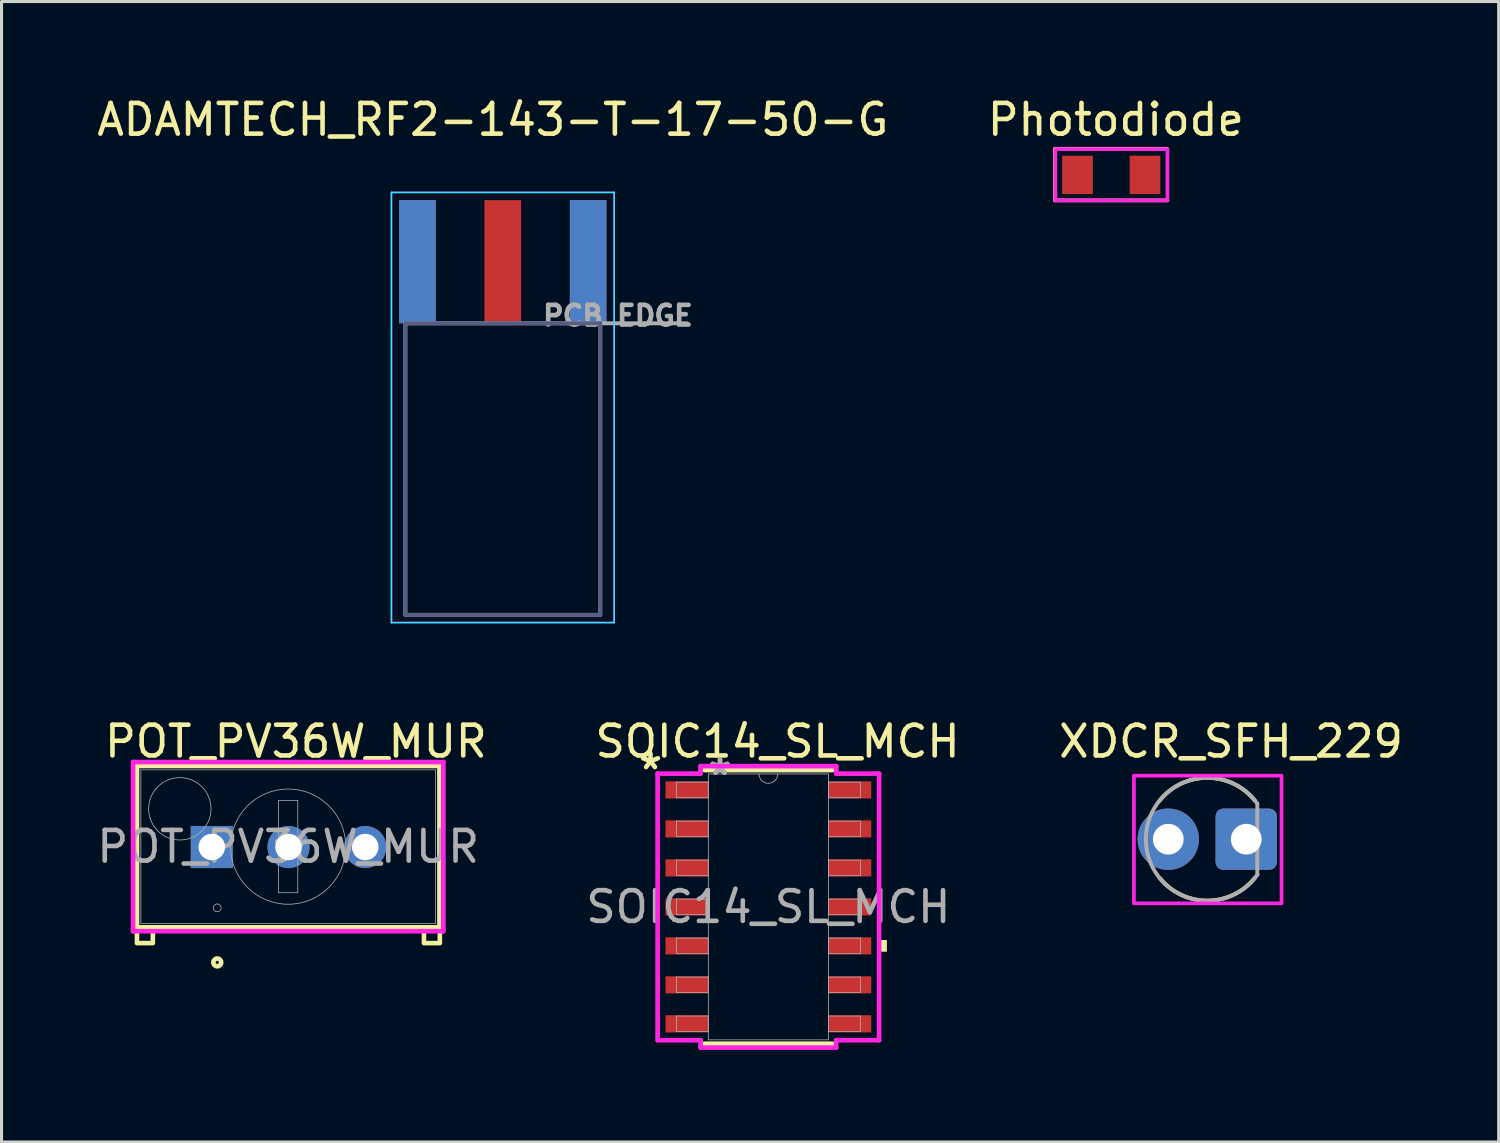
<source format=kicad_pcb>
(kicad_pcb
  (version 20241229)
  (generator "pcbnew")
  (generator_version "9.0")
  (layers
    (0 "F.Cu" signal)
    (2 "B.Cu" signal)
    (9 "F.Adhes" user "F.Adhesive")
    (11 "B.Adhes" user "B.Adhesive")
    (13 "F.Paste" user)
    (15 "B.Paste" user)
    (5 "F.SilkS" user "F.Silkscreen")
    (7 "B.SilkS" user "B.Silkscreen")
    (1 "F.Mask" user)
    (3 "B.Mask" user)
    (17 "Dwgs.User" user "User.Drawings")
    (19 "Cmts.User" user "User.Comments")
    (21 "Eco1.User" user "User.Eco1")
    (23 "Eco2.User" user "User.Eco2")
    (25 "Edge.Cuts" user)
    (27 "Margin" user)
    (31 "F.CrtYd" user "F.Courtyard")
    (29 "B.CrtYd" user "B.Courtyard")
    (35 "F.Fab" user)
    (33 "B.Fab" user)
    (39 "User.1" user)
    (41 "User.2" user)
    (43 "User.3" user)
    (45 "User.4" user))
  (footprint "POT_PV36W_MUR"
    (layer "F.Cu")
    (at 3.85 24.546)
    (property "Reference" "POT_PV36W_MUR" (at 2.74 -3.44 0) (unlocked yes) (layer "F.SilkS") (effects (font (size 1 1) (thickness 0.15))))
    (attr through_hole)
    (fp_line (start -2.438 -2.642) (end -2.438 2.616) (stroke (width 0.152) (type solid)) (layer "F.SilkS"))
    (fp_line (start -2.438 2.616) (end 7.417 2.616) (stroke (width 0.152) (type solid)) (layer "F.SilkS"))
    (fp_line (start 7.417 -2.642) (end -2.438 -2.642) (stroke (width 0.152) (type solid)) (layer "F.SilkS"))
    (fp_line (start 7.417 2.616) (end 7.417 -2.642) (stroke (width 0.152) (type solid)) (layer "F.SilkS"))
    (fp_rect (start -2.438 2.616) (end -1.92 3.13) (stroke (width 0.15) (type default)) (fill no) (layer "F.SilkS"))
    (fp_rect (start 6.912 2.616) (end 7.43 3.13) (stroke (width 0.15) (type default)) (fill no) (layer "F.SilkS"))
    (fp_circle (center 0.178 3.759) (end 0.305 3.759) (stroke (width 0.152) (type solid)) (fill no) (layer "F.SilkS"))
    (fp_line (start -2.565 -2.769) (end 7.544 -2.769) (stroke (width 0.152) (type solid)) (layer "F.CrtYd"))
    (fp_line (start -2.565 2.743) (end -2.565 -2.769) (stroke (width 0.152) (type solid)) (layer "F.CrtYd"))
    (fp_line (start 7.544 -2.769) (end 7.544 2.743) (stroke (width 0.152) (type solid)) (layer "F.CrtYd"))
    (fp_line (start 7.544 2.743) (end -2.565 2.743) (stroke (width 0.152) (type solid)) (layer "F.CrtYd"))
    (fp_line (start -2.311 -2.515) (end -2.311 2.489) (stroke (width 0.025) (type solid)) (layer "F.Fab"))
    (fp_line (start -2.311 2.489) (end 7.29 2.489) (stroke (width 0.025) (type solid)) (layer "F.Fab"))
    (fp_line (start 2.176 -1.514) (end 2.176 1.488) (stroke (width 0.025) (type solid)) (layer "F.Fab"))
    (fp_line (start 2.176 -1.514) (end 2.802 -1.514) (stroke (width 0.025) (type solid)) (layer "F.Fab"))
    (fp_line (start 2.176 1.488) (end 2.802 1.488) (stroke (width 0.025) (type solid)) (layer "F.Fab"))
    (fp_line (start 2.802 -1.514) (end 2.802 1.488) (stroke (width 0.025) (type solid)) (layer "F.Fab"))
    (fp_line (start 7.29 -2.515) (end -2.311 -2.515) (stroke (width 0.025) (type solid)) (layer "F.Fab"))
    (fp_line (start 7.29 2.489) (end 7.29 -2.515) (stroke (width 0.025) (type solid)) (layer "F.Fab"))
    (fp_circle (center -1.041 -1.245) (end -0.025 -1.245) (stroke (width 0.025) (type solid)) (fill no) (layer "F.Fab"))
    (fp_circle (center 0.178 1.981) (end 0.305 1.981) (stroke (width 0.025) (type solid)) (fill no) (layer "F.Fab"))
    (fp_circle (center 2.489 -0.013) (end 4.366 -0.013) (stroke (width 0.025) (type solid)) (fill no) (layer "F.Fab"))
    (fp_text user "${REFERENCE}" (at 2.489 -0.013 0) (unlocked yes) (layer "F.Fab") (effects (font (size 1 1) (thickness 0.15))))
    (pad "1" thru_hole rect (at 0 0) (size 1.372 1.372) (drill 0.864) (layers "*.Cu" "*.Mask"))
    (pad "2" thru_hole circle (at 2.5 0) (size 1.372 1.372) (drill 0.864) (layers "*.Cu" "*.Mask"))
    (pad "3" thru_hole circle (at 5 0) (size 1.372 1.372) (drill 0.864) (layers "*.Cu" "*.Mask")))
  (footprint "XDCR_SFH_229"
    (layer "F.Cu")
    (at 36.282 24.291)
    (property "Reference" "XDCR_SFH_229" (at 0.775 -3.185 0) (layer "F.SilkS") (effects (font (size 1 1) (thickness 0.15))))
    (attr through_hole)
    (fp_circle (center -1.27 0) (end -0.77 0) (stroke (width 1) (type solid)) (fill no) (layer "F.Mask"))
    (fp_circle (center -1.27 0) (end -0.77 0) (stroke (width 1) (type solid)) (fill no) (layer "B.Mask"))
    (fp_circle (center 1.27 0) (end 1.77 0) (stroke (width 1) (type solid)) (fill no) (layer "B.Mask"))
    (fp_arc (start -1.55 -1.259999) (mid 0 -2.003467) (end 1.55 -1.26) (stroke (width 0.127) (type solid)) (layer "F.SilkS"))
    (fp_arc (start 1.55 1.259999) (mid 0 2.003467) (end -1.55 1.26) (stroke (width 0.127) (type solid)) (layer "F.SilkS"))
    (fp_rect (start -2.39 -2.07) (end 2.42 2.09) (stroke (width 0.12) (type default)) (fill no) (layer "F.CrtYd"))
    (fp_line (start 1.63 -1.16) (end 1.63 1.16) (stroke (width 0.127) (type solid)) (layer "F.Fab"))
    (fp_arc (start 1.64 1.15) (mid -2.000516 0.010738) (end 1.63 -1.16) (stroke (width 0.127) (type solid)) (layer "F.Fab"))
    (pad "1" thru_hole circle (at -1.27 0) (size 2 2) (drill 1) (layers "*.Cu"))
    (pad "2" thru_hole roundrect (at 1.27 0 90) (size 2 2) (drill 1) (layers "*.Cu" "*.Mask") (roundrect_rratio 0.125)))
  (footprint "ADAMTECH_RF2-143-T-17-50-G"
    (layer "F.Cu")
    (at 13.331 7.483)
    (property "Reference" "ADAMTECH_RF2-143-T-17-50-G" (at -0.325 -6.635 0) (layer "F.SilkS") (effects (font (size 1 1) (thickness 0.15))))
    (attr smd)
    (fp_line (start -3.628 -4.263) (end -3.628 9.75) (stroke (width 0.05) (type solid)) (layer "B.CrtYd"))
    (fp_line (start -3.628 9.75) (end 3.628 9.75) (stroke (width 0.05) (type solid)) (layer "B.CrtYd"))
    (fp_line (start 3.628 -4.263) (end -3.628 -4.263) (stroke (width 0.05) (type solid)) (layer "B.CrtYd"))
    (fp_line (start 3.628 9.75) (end 3.628 -4.263) (stroke (width 0.05) (type solid)) (layer "B.CrtYd"))
    (fp_line (start -3.628 -4.263) (end 3.628 -4.263) (stroke (width 0.05) (type solid)) (layer "F.CrtYd"))
    (fp_line (start -3.628 9.75) (end -3.628 -4.263) (stroke (width 0.05) (type solid)) (layer "F.CrtYd"))
    (fp_line (start 3.628 -4.263) (end 3.628 9.75) (stroke (width 0.05) (type solid)) (layer "F.CrtYd"))
    (fp_line (start 3.628 9.75) (end -3.628 9.75) (stroke (width 0.05) (type solid)) (layer "F.CrtYd"))
    (fp_line (start -3.175 0) (end -3.175 9.5) (stroke (width 0.127) (type solid)) (layer "B.Fab"))
    (fp_line (start -3.175 9.5) (end 3.175 9.5) (stroke (width 0.127) (type solid)) (layer "B.Fab"))
    (fp_line (start 3.175 0) (end -3.175 0) (stroke (width 0.127) (type solid)) (layer "B.Fab"))
    (fp_line (start 3.175 0) (end 3.175 9.5) (stroke (width 0.127) (type solid)) (layer "B.Fab"))
    (fp_line (start -3.175 0) (end -3.175 9.5) (stroke (width 0.127) (type solid)) (layer "F.Fab"))
    (fp_line (start -3.175 0) (end 3.175 0) (stroke (width 0.127) (type solid)) (layer "F.Fab"))
    (fp_line (start -3.175 9.5) (end 3.175 9.5) (stroke (width 0.127) (type solid)) (layer "F.Fab"))
    (fp_line (start 3.175 0) (end 3.175 9.5) (stroke (width 0.127) (type solid)) (layer "F.Fab"))
    (fp_line (start 3.175 0) (end 6 0) (stroke (width 0.127) (type solid)) (layer "F.Fab"))
    (fp_text user "PCB EDGE" (at 3.75 -0.25 0) (layer "F.Fab") (effects (font (size 0.64 0.64) (thickness 0.15))))
    (pad "1" smd rect (at 0 -2.007) (size 1.194 4.013) (layers "F.Cu" "F.Mask" "F.Paste"))
    (pad "2" smd rect (at -2.781 -2.007) (size 1.194 4.013) (layers "F.Cu" "F.Mask" "F.Paste"))
    (pad "2" smd rect (at -2.781 -2.007) (size 1.194 4.013) (layers "B.Cu" "B.Mask" "B.Paste"))
    (pad "2" smd rect (at 2.781 -2.007) (size 1.194 4.013) (layers "F.Cu" "F.Mask" "F.Paste"))
    (pad "2" smd rect (at 2.781 -2.007) (size 1.194 4.013) (layers "B.Cu" "B.Mask" "B.Paste")))
  (footprint "Photodiode"
    (layer "F.Cu")
    (at 33.154 2.648)
    (property "Reference" "Photodiode" (at 0.15 -1.8 0) (unlocked yes) (layer "F.SilkS") (effects (font (size 1 1) (thickness 0.15))))
    (attr smd)
    (fp_line (start -1.83 -0.85) (end -1.83 0.83) (stroke (width 0.12) (type default)) (layer "F.SilkS"))
    (fp_line (start -1.83 0.83) (end 1.83 0.83) (stroke (width 0.12) (type default)) (layer "F.SilkS"))
    (fp_line (start 1.82 -0.85) (end -1.83 -0.85) (stroke (width 0.12) (type default)) (layer "F.SilkS"))
    (fp_rect (start -1.82 -0.84) (end 1.83 0.83) (stroke (width 0.12) (type default)) (fill no) (layer "F.CrtYd"))
    (pad "1" smd rect (at -1.1 0) (size 1 1.25) (layers "F.Cu" "F.Mask" "F.Paste"))
    (pad "2" smd rect (at 1.1 0) (size 1 1.25) (layers "F.Cu" "F.Mask" "F.Paste")))
  (footprint "SOIC14_SL_MCH"
    (layer "F.Cu")
    (at 21.983 26.496)
    (property "Reference" "SOIC14_SL_MCH" (at 0.3 -5.39 0) (unlocked yes) (layer "F.SilkS") (effects (font (size 1 1) (thickness 0.15))))
    (attr smd)
    (fp_line (start -2.083 4.458) (end 2.083 4.458) (stroke (width 0.152) (type solid)) (layer "F.SilkS"))
    (fp_line (start 2.083 -4.458) (end -2.083 -4.458) (stroke (width 0.152) (type solid)) (layer "F.SilkS"))
    (fp_poly (pts (xy 3.861 1.079) (xy 3.861 1.46) (xy 3.607 1.46) (xy 3.607 1.079)) (stroke (width 0) (type solid)) (fill yes) (layer "F.SilkS"))
    (fp_line (start -3.607 -4.343) (end -2.21 -4.343) (stroke (width 0.152) (type solid)) (layer "F.CrtYd"))
    (fp_line (start -3.607 4.343) (end -3.607 -4.343) (stroke (width 0.152) (type solid)) (layer "F.CrtYd"))
    (fp_line (start -3.607 4.343) (end -2.21 4.343) (stroke (width 0.152) (type solid)) (layer "F.CrtYd"))
    (fp_line (start -2.21 -4.585) (end 2.21 -4.585) (stroke (width 0.152) (type solid)) (layer "F.CrtYd"))
    (fp_line (start -2.21 -4.343) (end -2.21 -4.585) (stroke (width 0.152) (type solid)) (layer "F.CrtYd"))
    (fp_line (start -2.21 4.585) (end -2.21 4.343) (stroke (width 0.152) (type solid)) (layer "F.CrtYd"))
    (fp_line (start 2.21 -4.585) (end 2.21 -4.343) (stroke (width 0.152) (type solid)) (layer "F.CrtYd"))
    (fp_line (start 2.21 4.343) (end 2.21 4.585) (stroke (width 0.152) (type solid)) (layer "F.CrtYd"))
    (fp_line (start 2.21 4.585) (end -2.21 4.585) (stroke (width 0.152) (type solid)) (layer "F.CrtYd"))
    (fp_line (start 3.607 -4.343) (end 2.21 -4.343) (stroke (width 0.152) (type solid)) (layer "F.CrtYd"))
    (fp_line (start 3.607 -4.343) (end 3.607 4.343) (stroke (width 0.152) (type solid)) (layer "F.CrtYd"))
    (fp_line (start 3.607 4.343) (end 2.21 4.343) (stroke (width 0.152) (type solid)) (layer "F.CrtYd"))
    (fp_line (start -2.997 -4.064) (end -2.997 -3.556) (stroke (width 0.025) (type solid)) (layer "F.Fab"))
    (fp_line (start -2.997 -3.556) (end -1.956 -3.556) (stroke (width 0.025) (type solid)) (layer "F.Fab"))
    (fp_line (start -2.997 -2.794) (end -2.997 -2.286) (stroke (width 0.025) (type solid)) (layer "F.Fab"))
    (fp_line (start -2.997 -2.286) (end -1.956 -2.286) (stroke (width 0.025) (type solid)) (layer "F.Fab"))
    (fp_line (start -2.997 -1.524) (end -2.997 -1.016) (stroke (width 0.025) (type solid)) (layer "F.Fab"))
    (fp_line (start -2.997 -1.016) (end -1.956 -1.016) (stroke (width 0.025) (type solid)) (layer "F.Fab"))
    (fp_line (start -2.997 -0.254) (end -2.997 0.254) (stroke (width 0.025) (type solid)) (layer "F.Fab"))
    (fp_line (start -2.997 0.254) (end -1.956 0.254) (stroke (width 0.025) (type solid)) (layer "F.Fab"))
    (fp_line (start -2.997 1.016) (end -2.997 1.524) (stroke (width 0.025) (type solid)) (layer "F.Fab"))
    (fp_line (start -2.997 1.524) (end -1.956 1.524) (stroke (width 0.025) (type solid)) (layer "F.Fab"))
    (fp_line (start -2.997 2.286) (end -2.997 2.794) (stroke (width 0.025) (type solid)) (layer "F.Fab"))
    (fp_line (start -2.997 2.794) (end -1.956 2.794) (stroke (width 0.025) (type solid)) (layer "F.Fab"))
    (fp_line (start -2.997 3.556) (end -2.997 4.064) (stroke (width 0.025) (type solid)) (layer "F.Fab"))
    (fp_line (start -2.997 4.064) (end -1.956 4.064) (stroke (width 0.025) (type solid)) (layer "F.Fab"))
    (fp_line (start -1.956 -4.331) (end -1.956 4.331) (stroke (width 0.025) (type solid)) (layer "F.Fab"))
    (fp_line (start -1.956 -4.064) (end -2.997 -4.064) (stroke (width 0.025) (type solid)) (layer "F.Fab"))
    (fp_line (start -1.956 -3.556) (end -1.956 -4.064) (stroke (width 0.025) (type solid)) (layer "F.Fab"))
    (fp_line (start -1.956 -2.794) (end -2.997 -2.794) (stroke (width 0.025) (type solid)) (layer "F.Fab"))
    (fp_line (start -1.956 -2.286) (end -1.956 -2.794) (stroke (width 0.025) (type solid)) (layer "F.Fab"))
    (fp_line (start -1.956 -1.524) (end -2.997 -1.524) (stroke (width 0.025) (type solid)) (layer "F.Fab"))
    (fp_line (start -1.956 -1.016) (end -1.956 -1.524) (stroke (width 0.025) (type solid)) (layer "F.Fab"))
    (fp_line (start -1.956 -0.254) (end -2.997 -0.254) (stroke (width 0.025) (type solid)) (layer "F.Fab"))
    (fp_line (start -1.956 0.254) (end -1.956 -0.254) (stroke (width 0.025) (type solid)) (layer "F.Fab"))
    (fp_line (start -1.956 1.016) (end -2.997 1.016) (stroke (width 0.025) (type solid)) (layer "F.Fab"))
    (fp_line (start -1.956 1.524) (end -1.956 1.016) (stroke (width 0.025) (type solid)) (layer "F.Fab"))
    (fp_line (start -1.956 2.286) (end -2.997 2.286) (stroke (width 0.025) (type solid)) (layer "F.Fab"))
    (fp_line (start -1.956 2.794) (end -1.956 2.286) (stroke (width 0.025) (type solid)) (layer "F.Fab"))
    (fp_line (start -1.956 3.556) (end -2.997 3.556) (stroke (width 0.025) (type solid)) (layer "F.Fab"))
    (fp_line (start -1.956 4.064) (end -1.956 3.556) (stroke (width 0.025) (type solid)) (layer "F.Fab"))
    (fp_line (start -1.956 4.331) (end 1.956 4.331) (stroke (width 0.025) (type solid)) (layer "F.Fab"))
    (fp_line (start 1.956 -4.331) (end -1.956 -4.331) (stroke (width 0.025) (type solid)) (layer "F.Fab"))
    (fp_line (start 1.956 -4.064) (end 1.956 -3.556) (stroke (width 0.025) (type solid)) (layer "F.Fab"))
    (fp_line (start 1.956 -3.556) (end 2.997 -3.556) (stroke (width 0.025) (type solid)) (layer "F.Fab"))
    (fp_line (start 1.956 -2.794) (end 1.956 -2.286) (stroke (width 0.025) (type solid)) (layer "F.Fab"))
    (fp_line (start 1.956 -2.286) (end 2.997 -2.286) (stroke (width 0.025) (type solid)) (layer "F.Fab"))
    (fp_line (start 1.956 -1.524) (end 1.956 -1.016) (stroke (width 0.025) (type solid)) (layer "F.Fab"))
    (fp_line (start 1.956 -1.016) (end 2.997 -1.016) (stroke (width 0.025) (type solid)) (layer "F.Fab"))
    (fp_line (start 1.956 -0.254) (end 1.956 0.254) (stroke (width 0.025) (type solid)) (layer "F.Fab"))
    (fp_line (start 1.956 0.254) (end 2.997 0.254) (stroke (width 0.025) (type solid)) (layer "F.Fab"))
    (fp_line (start 1.956 1.016) (end 1.956 1.524) (stroke (width 0.025) (type solid)) (layer "F.Fab"))
    (fp_line (start 1.956 1.524) (end 2.997 1.524) (stroke (width 0.025) (type solid)) (layer "F.Fab"))
    (fp_line (start 1.956 2.286) (end 1.956 2.794) (stroke (width 0.025) (type solid)) (layer "F.Fab"))
    (fp_line (start 1.956 2.794) (end 2.997 2.794) (stroke (width 0.025) (type solid)) (layer "F.Fab"))
    (fp_line (start 1.956 3.556) (end 1.956 4.064) (stroke (width 0.025) (type solid)) (layer "F.Fab"))
    (fp_line (start 1.956 4.064) (end 2.997 4.064) (stroke (width 0.025) (type solid)) (layer "F.Fab"))
    (fp_line (start 1.956 4.331) (end 1.956 -4.331) (stroke (width 0.025) (type solid)) (layer "F.Fab"))
    (fp_line (start 2.997 -4.064) (end 1.956 -4.064) (stroke (width 0.025) (type solid)) (layer "F.Fab"))
    (fp_line (start 2.997 -3.556) (end 2.997 -4.064) (stroke (width 0.025) (type solid)) (layer "F.Fab"))
    (fp_line (start 2.997 -2.794) (end 1.956 -2.794) (stroke (width 0.025) (type solid)) (layer "F.Fab"))
    (fp_line (start 2.997 -2.286) (end 2.997 -2.794) (stroke (width 0.025) (type solid)) (layer "F.Fab"))
    (fp_line (start 2.997 -1.524) (end 1.956 -1.524) (stroke (width 0.025) (type solid)) (layer "F.Fab"))
    (fp_line (start 2.997 -1.016) (end 2.997 -1.524) (stroke (width 0.025) (type solid)) (layer "F.Fab"))
    (fp_line (start 2.997 -0.254) (end 1.956 -0.254) (stroke (width 0.025) (type solid)) (layer "F.Fab"))
    (fp_line (start 2.997 0.254) (end 2.997 -0.254) (stroke (width 0.025) (type solid)) (layer "F.Fab"))
    (fp_line (start 2.997 1.016) (end 1.956 1.016) (stroke (width 0.025) (type solid)) (layer "F.Fab"))
    (fp_line (start 2.997 1.524) (end 2.997 1.016) (stroke (width 0.025) (type solid)) (layer "F.Fab"))
    (fp_line (start 2.997 2.286) (end 1.956 2.286) (stroke (width 0.025) (type solid)) (layer "F.Fab"))
    (fp_line (start 2.997 2.794) (end 2.997 2.286) (stroke (width 0.025) (type solid)) (layer "F.Fab"))
    (fp_line (start 2.997 3.556) (end 1.956 3.556) (stroke (width 0.025) (type solid)) (layer "F.Fab"))
    (fp_line (start 2.997 4.064) (end 2.997 3.556) (stroke (width 0.025) (type solid)) (layer "F.Fab"))
    (fp_arc (start 0.3048 -4.3307) (mid 0 -4.0259) (end -0.3048 -4.3307) (stroke (width 0.0254) (type solid)) (layer "F.Fab"))
    (fp_text user "*" (at -3.84 -4.44 0) (unlocked yes) (layer "F.SilkS") (effects (font (size 1 1) (thickness 0.15))))
    (fp_text user "*" (at -1.575 -4.255 0) (layer "F.Fab") (effects (font (size 1 1) (thickness 0.15))))
    (fp_text user "${REFERENCE}" (at 0 0 0) (unlocked yes) (layer "F.Fab") (effects (font (size 1 1) (thickness 0.15))))
    (fp_text user "*" (at -1.575 -4.255 0) (unlocked yes) (layer "F.Fab") (effects (font (size 1 1) (thickness 0.15))))
    (pad "1" smd rect (at -2.654 -3.81) (size 1.397 0.559) (layers "F.Cu" "F.Mask" "F.Paste"))
    (pad "2" smd rect (at -2.654 -2.54) (size 1.397 0.559) (layers "F.Cu" "F.Mask" "F.Paste"))
    (pad "3" smd rect (at -2.654 -1.27) (size 1.397 0.559) (layers "F.Cu" "F.Mask" "F.Paste"))
    (pad "4" smd rect (at -2.654 0) (size 1.397 0.559) (layers "F.Cu" "F.Mask" "F.Paste"))
    (pad "5" smd rect (at -2.654 1.27) (size 1.397 0.559) (layers "F.Cu" "F.Mask" "F.Paste"))
    (pad "6" smd rect (at -2.654 2.54) (size 1.397 0.559) (layers "F.Cu" "F.Mask" "F.Paste"))
    (pad "7" smd rect (at -2.654 3.81) (size 1.397 0.559) (layers "F.Cu" "F.Mask" "F.Paste"))
    (pad "8" smd rect (at 2.654 3.81) (size 1.397 0.559) (layers "F.Cu" "F.Mask" "F.Paste"))
    (pad "9" smd rect (at 2.654 2.54) (size 1.397 0.559) (layers "F.Cu" "F.Mask" "F.Paste"))
    (pad "10" smd rect (at 2.654 1.27) (size 1.397 0.559) (layers "F.Cu" "F.Mask" "F.Paste"))
    (pad "11" smd rect (at 2.654 0) (size 1.397 0.559) (layers "F.Cu" "F.Mask" "F.Paste"))
    (pad "12" smd rect (at 2.654 -1.27) (size 1.397 0.559) (layers "F.Cu" "F.Mask" "F.Paste"))
    (pad "13" smd rect (at 2.654 -2.54) (size 1.397 0.559) (layers "F.Cu" "F.Mask" "F.Paste"))
    (pad "14" smd rect (at 2.654 -3.81) (size 1.397 0.559) (layers "F.Cu" "F.Mask" "F.Paste")))
  (gr_rect
    (start -3 -3)
    (end 45.777 34.157)
    (stroke (width 0.1) (type default))
    (fill no)
    (layer "Edge.Cuts")))
</source>
